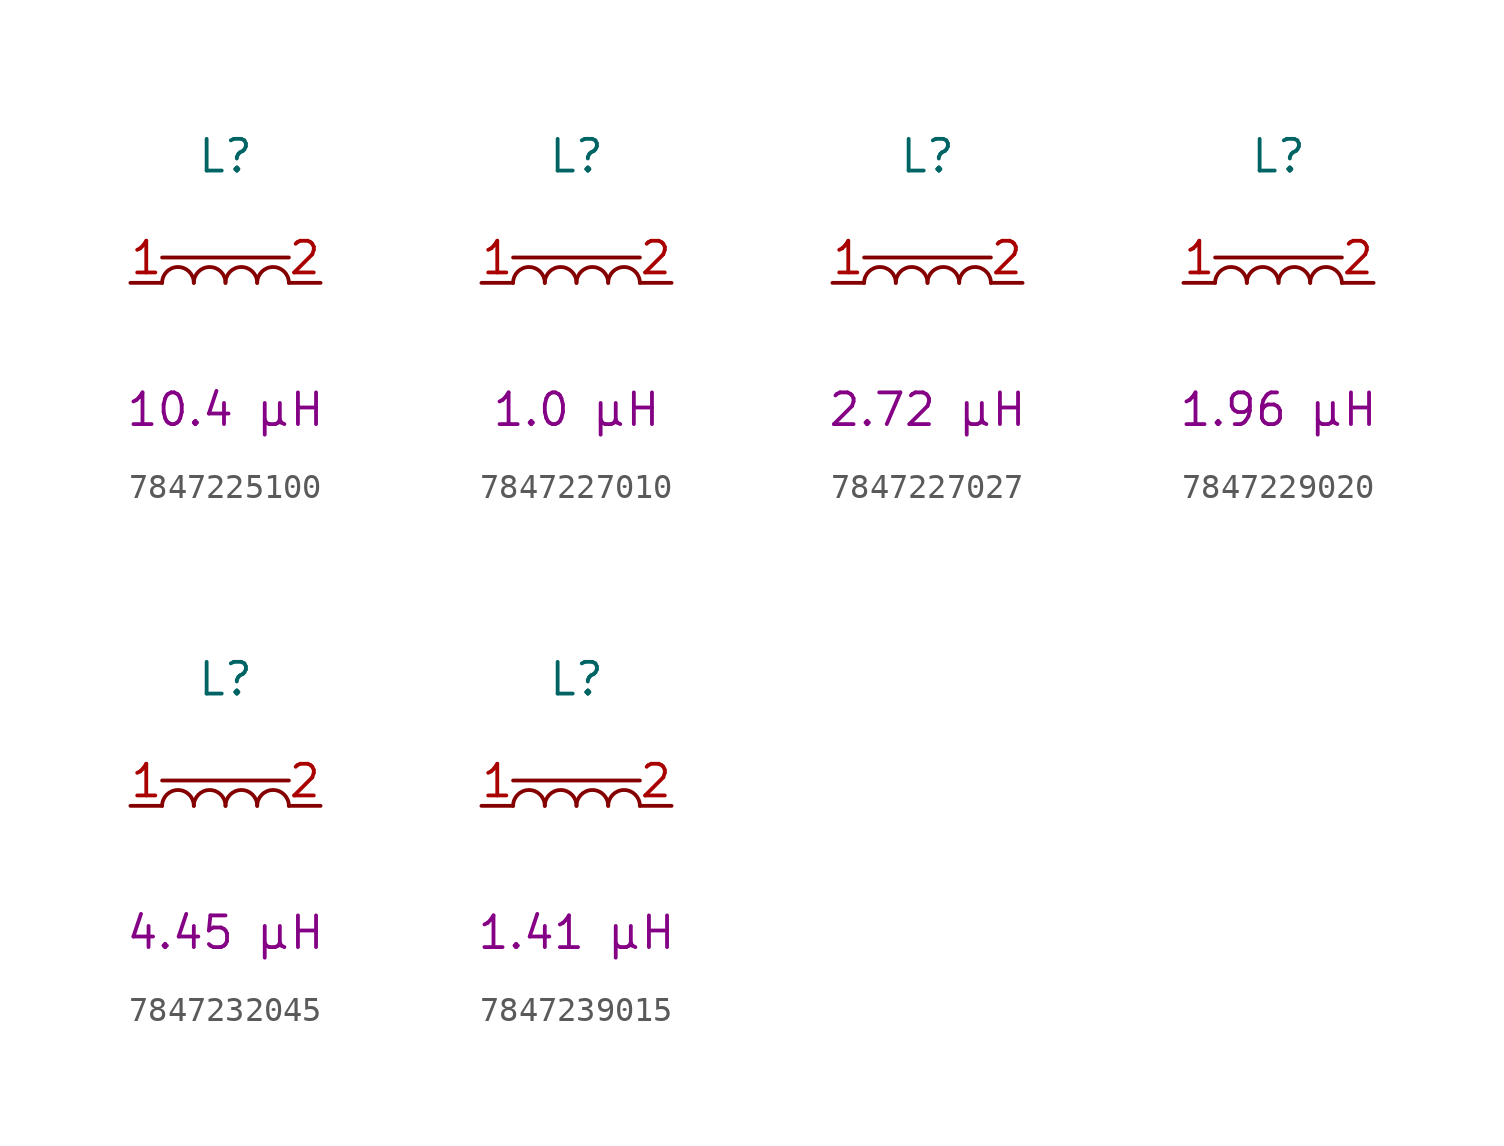
<source format=kicad_sym>
(kicad_symbol_lib
  (version 20220914)
  (generator kicad_symbol_editor)
  (symbol "7847225100"
    (pin_names hide)
    (property "Reference" "L"
      (at 0 5.08 0)
      (effects (font (size 1.27 1.27))))
    (property "Critical Parameter" "10.4 µH"
      (at 0 -5.08 0)
      (effects (font (size 1.27 1.27))))
    (symbol "7847225100_0_1"
      (arc (start -1.27 0) (mid -1.905 0.6323) (end -2.54 0) (stroke (width 0) (type default)) (fill (type none)))
      (arc (start 0 0) (mid -0.635 0.6323) (end -1.27 0) (stroke (width 0) (type default)) (fill (type none)))
      (polyline (pts (xy -2.54 1.016) (xy 2.54 1.016)) (stroke (width 0) (type default)) (fill (type none)))
      (arc (start 1.27 0) (mid 0.635 0.6323) (end 0 0) (stroke (width 0) (type default)) (fill (type none)))
      (arc (start 2.54 0) (mid 1.905 0.6323) (end 1.27 0) (stroke (width 0) (type default)) (fill (type none))))
    (symbol "7847225100_1_1"
      (pin passive line (at -3.81 0 0) (length 1.27) (name "1" (effects (font (size 1.27 1.27)))) (number "1" (effects (font (size 1.27 1.27)))))
      (pin passive line (at 3.81 0 180) (length 1.27) (name "2" (effects (font (size 1.27 1.27)))) (number "2" (effects (font (size 1.27 1.27)))))))
  (symbol "7847227010"
    (pin_names hide)
    (property "Reference" "L"
      (at 0 5.08 0)
      (effects (font (size 1.27 1.27))))
    (property "Critical Parameter" "1.0 µH"
      (at 0 -5.08 0)
      (effects (font (size 1.27 1.27))))
    (symbol "7847227010_0_1"
      (arc (start -1.27 0) (mid -1.905 0.6323) (end -2.54 0) (stroke (width 0) (type default)) (fill (type none)))
      (arc (start 0 0) (mid -0.635 0.6323) (end -1.27 0) (stroke (width 0) (type default)) (fill (type none)))
      (polyline (pts (xy -2.54 1.016) (xy 2.54 1.016)) (stroke (width 0) (type default)) (fill (type none)))
      (arc (start 1.27 0) (mid 0.635 0.6323) (end 0 0) (stroke (width 0) (type default)) (fill (type none)))
      (arc (start 2.54 0) (mid 1.905 0.6323) (end 1.27 0) (stroke (width 0) (type default)) (fill (type none))))
    (symbol "7847227010_1_1"
      (pin passive line (at -3.81 0 0) (length 1.27) (name "1" (effects (font (size 1.27 1.27)))) (number "1" (effects (font (size 1.27 1.27)))))
      (pin passive line (at 3.81 0 180) (length 1.27) (name "2" (effects (font (size 1.27 1.27)))) (number "2" (effects (font (size 1.27 1.27)))))))
  (symbol "7847227027"
    (pin_names hide)
    (property "Reference" "L"
      (at 0 5.08 0)
      (effects (font (size 1.27 1.27))))
    (property "Critical Parameter" "2.72 µH"
      (at 0 -5.08 0)
      (effects (font (size 1.27 1.27))))
    (symbol "7847227027_0_1"
      (arc (start -1.27 0) (mid -1.905 0.6323) (end -2.54 0) (stroke (width 0) (type default)) (fill (type none)))
      (arc (start 0 0) (mid -0.635 0.6323) (end -1.27 0) (stroke (width 0) (type default)) (fill (type none)))
      (polyline (pts (xy -2.54 1.016) (xy 2.54 1.016)) (stroke (width 0) (type default)) (fill (type none)))
      (arc (start 1.27 0) (mid 0.635 0.6323) (end 0 0) (stroke (width 0) (type default)) (fill (type none)))
      (arc (start 2.54 0) (mid 1.905 0.6323) (end 1.27 0) (stroke (width 0) (type default)) (fill (type none))))
    (symbol "7847227027_1_1"
      (pin passive line (at -3.81 0 0) (length 1.27) (name "1" (effects (font (size 1.27 1.27)))) (number "1" (effects (font (size 1.27 1.27)))))
      (pin passive line (at 3.81 0 180) (length 1.27) (name "2" (effects (font (size 1.27 1.27)))) (number "2" (effects (font (size 1.27 1.27)))))))
  (symbol "7847229020"
    (pin_names hide)
    (property "Reference" "L"
      (at 0 5.08 0)
      (effects (font (size 1.27 1.27))))
    (property "Critical Parameter" "1.96 µH"
      (at 0 -5.08 0)
      (effects (font (size 1.27 1.27))))
    (symbol "7847229020_0_1"
      (arc (start -1.27 0) (mid -1.905 0.6323) (end -2.54 0) (stroke (width 0) (type default)) (fill (type none)))
      (arc (start 0 0) (mid -0.635 0.6323) (end -1.27 0) (stroke (width 0) (type default)) (fill (type none)))
      (polyline (pts (xy -2.54 1.016) (xy 2.54 1.016)) (stroke (width 0) (type default)) (fill (type none)))
      (arc (start 1.27 0) (mid 0.635 0.6323) (end 0 0) (stroke (width 0) (type default)) (fill (type none)))
      (arc (start 2.54 0) (mid 1.905 0.6323) (end 1.27 0) (stroke (width 0) (type default)) (fill (type none))))
    (symbol "7847229020_1_1"
      (pin passive line (at -3.81 0 0) (length 1.27) (name "1" (effects (font (size 1.27 1.27)))) (number "1" (effects (font (size 1.27 1.27)))))
      (pin passive line (at 3.81 0 180) (length 1.27) (name "2" (effects (font (size 1.27 1.27)))) (number "2" (effects (font (size 1.27 1.27)))))))
  (symbol "7847232045"
    (pin_names hide)
    (property "Reference" "L"
      (at 0 5.08 0)
      (effects (font (size 1.27 1.27))))
    (property "Critical Parameter" "4.45 µH"
      (at 0 -5.08 0)
      (effects (font (size 1.27 1.27))))
    (symbol "7847232045_0_1"
      (arc (start -1.27 0) (mid -1.905 0.6323) (end -2.54 0) (stroke (width 0) (type default)) (fill (type none)))
      (arc (start 0 0) (mid -0.635 0.6323) (end -1.27 0) (stroke (width 0) (type default)) (fill (type none)))
      (polyline (pts (xy -2.54 1.016) (xy 2.54 1.016)) (stroke (width 0) (type default)) (fill (type none)))
      (arc (start 1.27 0) (mid 0.635 0.6323) (end 0 0) (stroke (width 0) (type default)) (fill (type none)))
      (arc (start 2.54 0) (mid 1.905 0.6323) (end 1.27 0) (stroke (width 0) (type default)) (fill (type none))))
    (symbol "7847232045_1_1"
      (pin passive line (at -3.81 0 0) (length 1.27) (name "1" (effects (font (size 1.27 1.27)))) (number "1" (effects (font (size 1.27 1.27)))))
      (pin passive line (at 3.81 0 180) (length 1.27) (name "2" (effects (font (size 1.27 1.27)))) (number "2" (effects (font (size 1.27 1.27)))))))
  (symbol "7847239015"
    (pin_names hide)
    (property "Reference" "L"
      (at 0 5.08 0)
      (effects (font (size 1.27 1.27))))
    (property "Critical Parameter" "1.41 µH"
      (at 0 -5.08 0)
      (effects (font (size 1.27 1.27))))
    (symbol "7847239015_0_1"
      (arc (start -1.27 0) (mid -1.905 0.6323) (end -2.54 0) (stroke (width 0) (type default)) (fill (type none)))
      (arc (start 0 0) (mid -0.635 0.6323) (end -1.27 0) (stroke (width 0) (type default)) (fill (type none)))
      (polyline (pts (xy -2.54 1.016) (xy 2.54 1.016)) (stroke (width 0) (type default)) (fill (type none)))
      (arc (start 1.27 0) (mid 0.635 0.6323) (end 0 0) (stroke (width 0) (type default)) (fill (type none)))
      (arc (start 2.54 0) (mid 1.905 0.6323) (end 1.27 0) (stroke (width 0) (type default)) (fill (type none))))
    (symbol "7847239015_1_1"
      (pin passive line (at -3.81 0 0) (length 1.27) (name "1" (effects (font (size 1.27 1.27)))) (number "1" (effects (font (size 1.27 1.27)))))
      (pin passive line (at 3.81 0 180) (length 1.27) (name "2" (effects (font (size 1.27 1.27)))) (number "2" (effects (font (size 1.27 1.27))))))))
</source>
